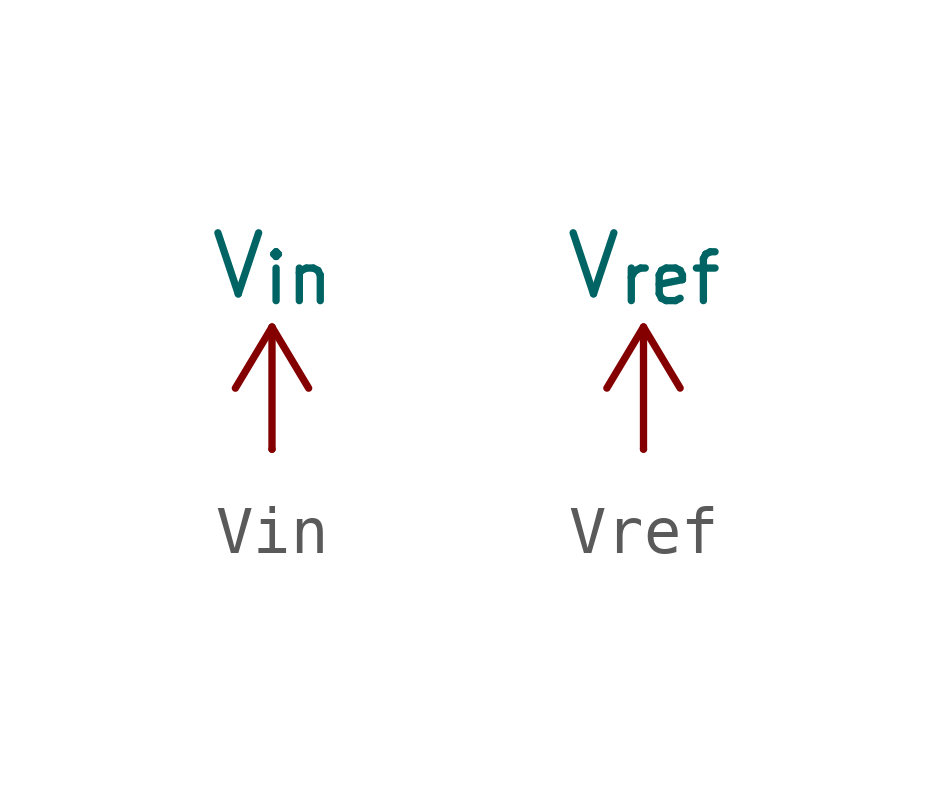
<source format=kicad_sym>
(kicad_symbol_lib
  (version 20231120)
  (generator "kicad_symbol_editor")
  (generator_version "8.0")
  (symbol "Vin"
    (power)
    (pin_numbers hide)
    (pin_names
      (offset 0) hide)
    (property "Reference" "#PWR"
      (at 0 -3.81 0)
      (effects (font (size 1.27 1.27)) (hide yes)))
    (property "Value" "V_{in}"
      (at 0 3.81 0)
      (effects (font (size 1.27 1.27))))
    (symbol "Vin_0_1"
      (polyline (pts (xy -0.762 1.27) (xy 0 2.54)) (stroke (width 0) (type default)) (fill (type none)))
      (polyline (pts (xy 0 0) (xy 0 2.54)) (stroke (width 0) (type default)) (fill (type none)))
      (polyline (pts (xy 0 2.54) (xy 0.762 1.27)) (stroke (width 0) (type default)) (fill (type none))))
    (symbol "Vin_1_1"
      (pin power_in line (at 0 0 90) (length 0) (name "~" (effects (font (size 1.27 1.27)))) (number "1" (effects (font (size 1.27 1.27)))))))
  (symbol "Vref"
    (power)
    (pin_numbers hide)
    (pin_names
      (offset 0) hide)
    (property "Reference" "#PWR"
      (at 0 -3.81 0)
      (effects (font (size 1.27 1.27)) (hide yes)))
    (property "Value" "V_{ref}"
      (at 0 3.81 0)
      (effects (font (size 1.27 1.27))))
    (symbol "Vref_0_1"
      (polyline (pts (xy -0.762 1.27) (xy 0 2.54)) (stroke (width 0) (type default)) (fill (type none)))
      (polyline (pts (xy 0 0) (xy 0 2.54)) (stroke (width 0) (type default)) (fill (type none)))
      (polyline (pts (xy 0 2.54) (xy 0.762 1.27)) (stroke (width 0) (type default)) (fill (type none))))
    (symbol "Vref_1_1"
      (pin power_in line (at 0 0 90) (length 0) (name "~" (effects (font (size 1.27 1.27)))) (number "1" (effects (font (size 1.27 1.27))))))))
</source>
